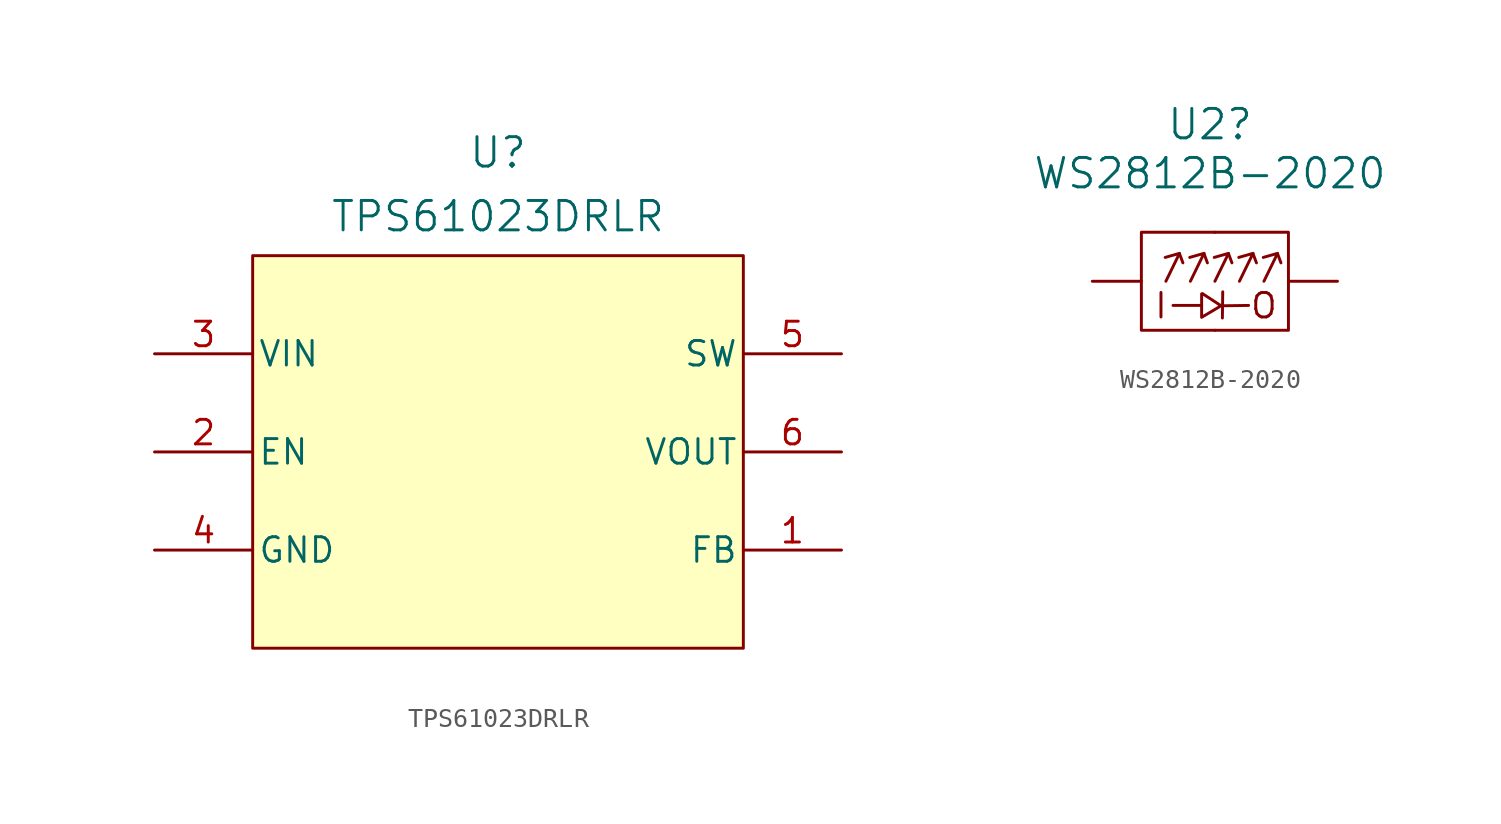
<source format=kicad_sym>
(kicad_symbol_lib
  (version 20241209)
  (generator "kicad_symbol_editor")
  (generator_version "9.0")
  (symbol "TPS61023DRLR"
    (pin_names
      (offset 0.254))
    (property "Reference" "U"
      (at 0 15.494 0)
      (effects (font (size 1.524 1.524))))
    (property "Value" "TPS61023DRLR"
      (at 0 12.192 0)
      (effects (font (size 1.524 1.524))))
    (property "ki_locked" ""
      (at 0 0 0)
      (effects (font (size 1.27 1.27))))
    (symbol "TPS61023DRLR_0_1"
      (pin power_in line (at -17.78 5.08 0) (length 5.08) (name "VIN" (effects (font (size 1.27 1.27)))) (number "3" (effects (font (size 1.27 1.27)))))
      (pin input line (at -17.78 0 0) (length 5.08) (name "EN" (effects (font (size 1.27 1.27)))) (number "2" (effects (font (size 1.27 1.27)))))
      (pin power_in line (at -17.78 -5.08 0) (length 5.08) (name "GND" (effects (font (size 1.27 1.27)))) (number "4" (effects (font (size 1.27 1.27)))))
      (pin power_in line (at 17.78 5.08 180) (length 5.08) (name "SW" (effects (font (size 1.27 1.27)))) (number "5" (effects (font (size 1.27 1.27)))))
      (pin power_in line (at 17.78 0 180) (length 5.08) (name "VOUT" (effects (font (size 1.27 1.27)))) (number "6" (effects (font (size 1.27 1.27)))))
      (pin input line (at 17.78 -5.08 180) (length 5.08) (name "FB" (effects (font (size 1.27 1.27)))) (number "1" (effects (font (size 1.27 1.27))))))
    (symbol "TPS61023DRLR_1_1"
      (rectangle (start -12.7 10.16) (end 12.7 -10.16) (stroke (width 0) (type default)) (fill (type background)))))
  (symbol "WS2812B-2020"
    (pin_numbers
      (hide yes))
    (pin_names
      (offset 0.254)
      (hide yes))
    (property "Reference" "U2"
      (at -0.254 8.128 0)
      (effects (font (size 1.524 1.524))))
    (property "Value" "WS2812B-2020"
      (at -0.254 5.588 0)
      (effects (font (size 1.524 1.524))))
    (symbol "WS2812B-2020_0_1"
      (polyline (pts (xy -2.54 0) (xy -1.834 1.446) (xy -2.575 1.235)) (stroke (width 0) (type default)) (fill (type none)))
      (polyline (pts (xy -2.17 -1.252) (xy -0.723 -1.252)) (stroke (width 0) (type default)) (fill (type none)))
      (polyline (pts (xy -1.834 1.429) (xy -1.658 0.953)) (stroke (width 0) (type default)) (fill (type none)))
      (polyline (pts (xy -1.27 0) (xy -0.564 1.446) (xy -1.305 1.235)) (stroke (width 0) (type default)) (fill (type none)))
      (polyline (pts (xy -0.688 -0.652) (xy -0.688 -1.869) (xy 0.318 -1.27) (xy -0.653 -0.635)) (stroke (width 0) (type default)) (fill (type none)))
      (polyline (pts (xy -0.564 1.429) (xy -0.388 0.953)) (stroke (width 0) (type default)) (fill (type none)))
      (polyline (pts (xy 0 0) (xy 0.706 1.446) (xy -0.035 1.235)) (stroke (width 0) (type default)) (fill (type none)))
      (polyline (pts (xy 0.406 -0.547) (xy 0.388 -1.905)) (stroke (width 0) (type default)) (fill (type none)))
      (polyline (pts (xy 0.406 -1.27) (xy 1.746 -1.252)) (stroke (width 0) (type default)) (fill (type none)))
      (polyline (pts (xy 0.706 1.429) (xy 0.882 0.953)) (stroke (width 0) (type default)) (fill (type none)))
      (polyline (pts (xy 1.27 0) (xy 1.976 1.446) (xy 1.235 1.235)) (stroke (width 0) (type default)) (fill (type none)))
      (polyline (pts (xy 1.976 1.429) (xy 2.152 0.953)) (stroke (width 0) (type default)) (fill (type none)))
      (polyline (pts (xy 2.54 0) (xy 3.246 1.446) (xy 2.505 1.235)) (stroke (width 0) (type default)) (fill (type none)))
      (polyline (pts (xy 3.246 1.429) (xy 3.422 0.953)) (stroke (width 0) (type default)) (fill (type none)))
      (pin unspecified line (at -6.35 0 0) (length 2.54) (name "DI" (effects (font (size 1.27 1.27)))) (number "3" (effects (font (size 1.27 1.27)))))
      (pin power_out line (at 0 -2.54 90) (length 0) (name "GND" (effects (font (size 1.27 1.27)))) (number "2" (effects (font (size 1.27 1.27)))))
      (pin unspecified line (at 6.35 0 180) (length 2.54) (name "DO" (effects (font (size 1.27 1.27)))) (number "1" (effects (font (size 1.27 1.27))))))
    (symbol "WS2812B-2020_1_1"
      (rectangle (start -3.81 2.54) (end 3.81 -2.54) (stroke (width 0) (type default)) (fill (type none)))
      (text "I" (at -2.794 -1.27 0) (effects (font (size 1.27 1.27))))
      (text "O" (at 2.54 -1.27 0) (effects (font (size 1.27 1.27))))
      (pin power_in line (at 0 2.54 270) (length 0) (name "VDD" (effects (font (size 1.27 1.27)))) (number "4" (effects (font (size 1.27 1.27))))))))
</source>
